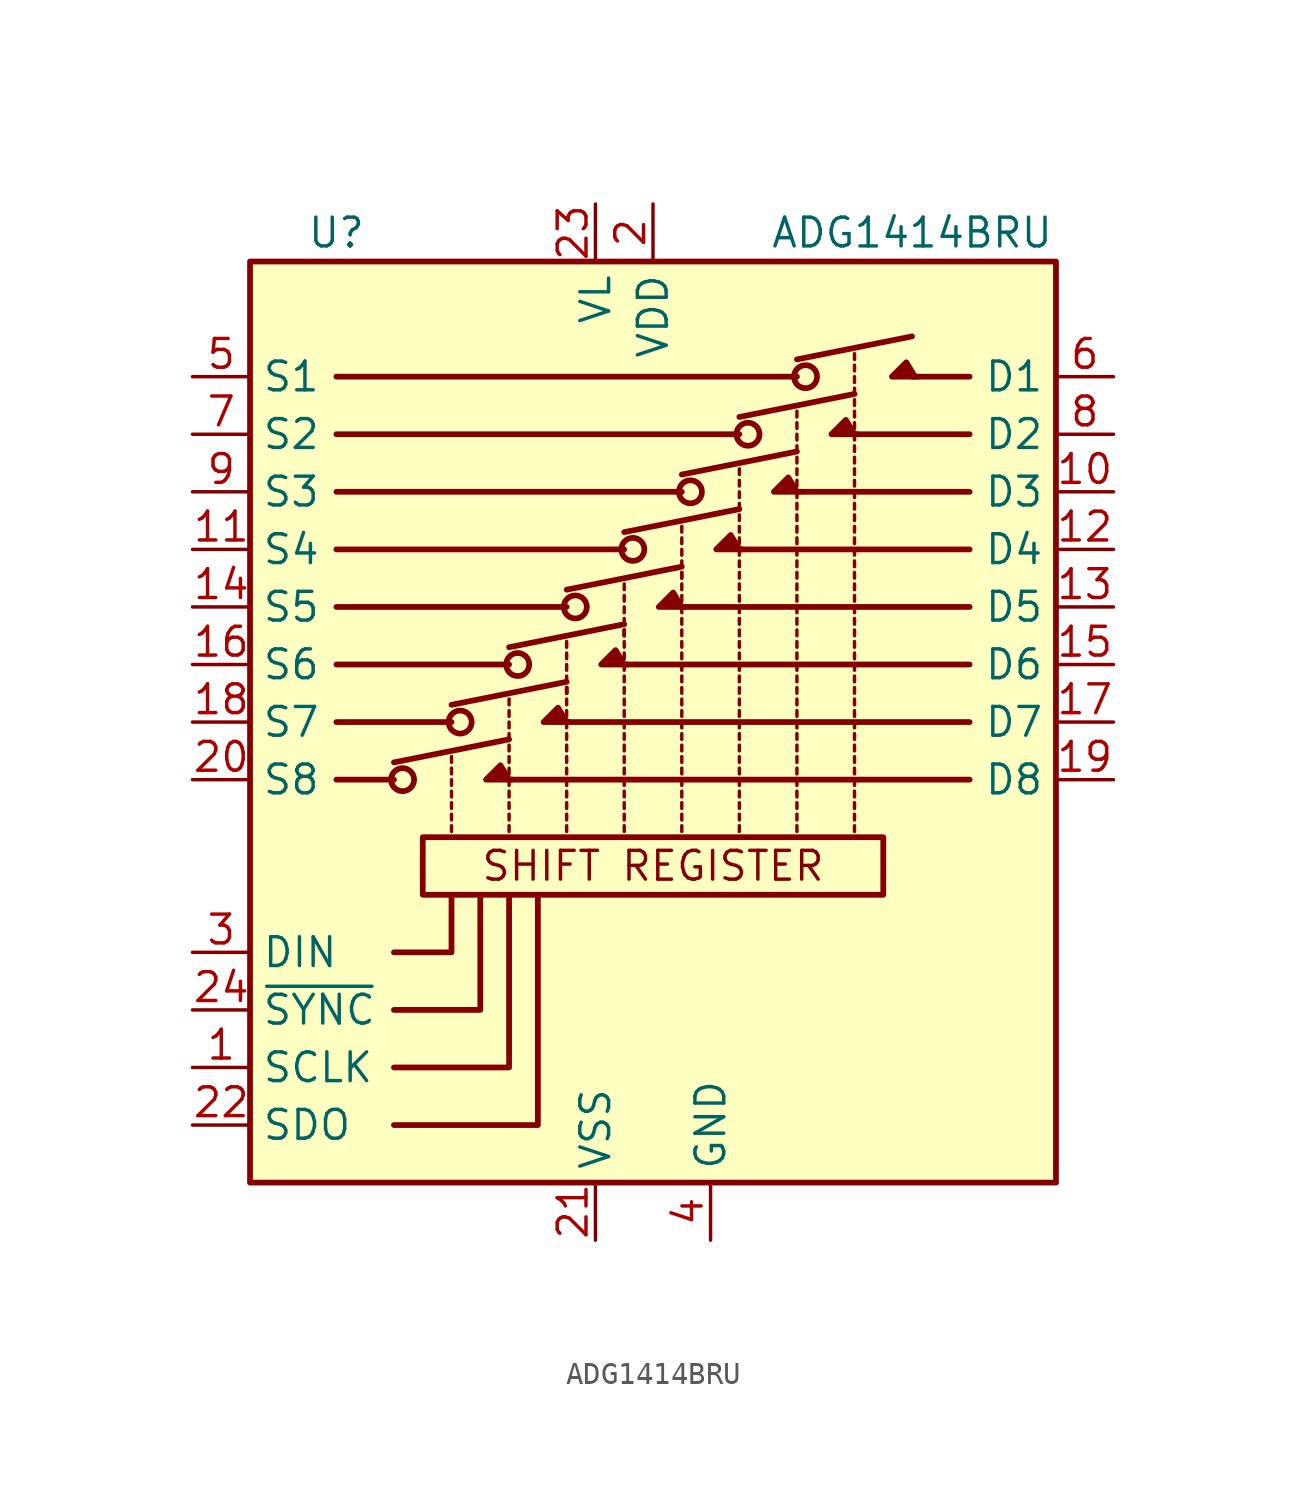
<source format=kicad_sym>
(kicad_symbol_lib
  (version 20241209)
  (generator "kicad_symbol_editor")
  (generator_version "9.0")
  (symbol "ADG1414BRU"
    (property "Reference" "U"
      (at -13.97 21.59 0)
      (effects (font (size 1.27 1.27))))
    (property "Value" "ADG1414BRU"
      (at 11.43 21.59 0)
      (effects (font (size 1.27 1.27))))
    (symbol "ADG1414BRU_1_0"
      (polyline (pts (xy -11.43 -10.16) (xy -8.89 -10.16) (xy -8.89 -7.62)) (stroke (width 0.254) (type default)) (fill (type none)))
      (polyline (pts (xy -11.43 -12.7) (xy -7.62 -12.7) (xy -7.62 -10.16) (xy -7.62 -7.62)) (stroke (width 0.254) (type default)) (fill (type none)))
      (polyline (pts (xy -11.43 -15.24) (xy -6.35 -15.24) (xy -6.35 -7.62)) (stroke (width 0.254) (type default)) (fill (type none)))
      (polyline (pts (xy -11.43 -17.78) (xy -5.08 -17.78) (xy -5.08 -7.62)) (stroke (width 0.254) (type default)) (fill (type none)))
      (polyline (pts (xy -6.223 -2.54) (xy -7.366 -2.54) (xy -6.731 -1.905) (xy -6.35 -2.54)) (stroke (width 0.254) (type default)) (fill (type outline)))
      (polyline (pts (xy -3.683 0) (xy -4.826 0) (xy -4.191 0.635) (xy -3.81 0)) (stroke (width 0.254) (type default)) (fill (type outline)))
      (polyline (pts (xy -1.143 2.54) (xy -2.286 2.54) (xy -1.651 3.175) (xy -1.27 2.54)) (stroke (width 0.254) (type default)) (fill (type outline)))
      (polyline (pts (xy 1.397 5.08) (xy 0.254 5.08) (xy 0.889 5.715) (xy 1.27 5.08)) (stroke (width 0.254) (type default)) (fill (type outline)))
      (polyline (pts (xy 3.937 7.62) (xy 2.794 7.62) (xy 3.429 8.255) (xy 3.81 7.62)) (stroke (width 0.254) (type default)) (fill (type outline)))
      (polyline (pts (xy 6.477 10.16) (xy 5.334 10.16) (xy 5.969 10.795) (xy 6.35 10.16)) (stroke (width 0.254) (type default)) (fill (type outline)))
      (polyline (pts (xy 9.017 12.7) (xy 7.874 12.7) (xy 8.509 13.335) (xy 8.89 12.7)) (stroke (width 0.254) (type default)) (fill (type outline)))
      (polyline (pts (xy 11.684 15.24) (xy 10.541 15.24) (xy 11.176 15.875) (xy 11.557 15.24)) (stroke (width 0.254) (type default)) (fill (type outline)))
      (text "SHIFT REGISTER" (at 0 -6.35 0) (effects (font (size 1.27 1.27)))))
    (symbol "ADG1414BRU_1_1"
      (rectangle (start -17.78 -20.32) (end 17.78 20.32) (stroke (width 0.254) (type default)) (fill (type background)))
      (polyline (pts (xy -11.43 -1.778) (xy -6.35 -0.762)) (stroke (width 0.254) (type default)) (fill (type none)))
      (polyline (pts (xy -11.43 -2.54) (xy -13.97 -2.54)) (stroke (width 0.254) (type default)) (fill (type none)))
      (circle (center -11.049 -2.54) (radius 0.508) (stroke (width 0.254) (type default)) (fill (type none)))
      (rectangle (start -10.16 -5.08) (end 10.16 -7.62) (stroke (width 0.254) (type default)) (fill (type none)))
      (polyline (pts (xy -8.89 0.762) (xy -3.81 1.778)) (stroke (width 0.254) (type default)) (fill (type none)))
      (polyline (pts (xy -8.89 0) (xy -13.97 0)) (stroke (width 0.254) (type default)) (fill (type none)))
      (polyline (pts (xy -8.89 -1.778) (xy -8.89 -1.524)) (stroke (width 0) (type default)) (fill (type none)))
      (polyline (pts (xy -8.89 -2.286) (xy -8.89 -2.032)) (stroke (width 0) (type default)) (fill (type none)))
      (polyline (pts (xy -8.89 -2.794) (xy -8.89 -2.54)) (stroke (width 0) (type default)) (fill (type none)))
      (polyline (pts (xy -8.89 -3.302) (xy -8.89 -3.048)) (stroke (width 0) (type default)) (fill (type none)))
      (polyline (pts (xy -8.89 -3.81) (xy -8.89 -3.556)) (stroke (width 0) (type default)) (fill (type none)))
      (polyline (pts (xy -8.89 -4.318) (xy -8.89 -4.064)) (stroke (width 0) (type default)) (fill (type none)))
      (polyline (pts (xy -8.89 -4.826) (xy -8.89 -4.572)) (stroke (width 0) (type default)) (fill (type none)))
      (circle (center -8.509 0) (radius 0.508) (stroke (width 0.254) (type default)) (fill (type none)))
      (polyline (pts (xy -6.35 3.302) (xy -1.27 4.318)) (stroke (width 0.254) (type default)) (fill (type none)))
      (polyline (pts (xy -6.35 2.54) (xy -13.97 2.54)) (stroke (width 0.254) (type default)) (fill (type none)))
      (polyline (pts (xy -6.35 0.762) (xy -6.35 1.016)) (stroke (width 0) (type default)) (fill (type none)))
      (polyline (pts (xy -6.35 0.254) (xy -6.35 0.508)) (stroke (width 0) (type default)) (fill (type none)))
      (polyline (pts (xy -6.35 -0.254) (xy -6.35 0)) (stroke (width 0) (type default)) (fill (type none)))
      (polyline (pts (xy -6.35 -0.762) (xy -6.35 -0.508)) (stroke (width 0) (type default)) (fill (type none)))
      (polyline (pts (xy -6.35 -1.27) (xy -6.35 -1.016)) (stroke (width 0) (type default)) (fill (type none)))
      (polyline (pts (xy -6.35 -1.778) (xy -6.35 -1.524)) (stroke (width 0) (type default)) (fill (type none)))
      (polyline (pts (xy -6.35 -2.286) (xy -6.35 -2.032)) (stroke (width 0) (type default)) (fill (type none)))
      (polyline (pts (xy -6.35 -2.54) (xy 13.97 -2.54)) (stroke (width 0.254) (type default)) (fill (type none)))
      (polyline (pts (xy -6.35 -2.794) (xy -6.35 -2.54)) (stroke (width 0) (type default)) (fill (type none)))
      (polyline (pts (xy -6.35 -3.302) (xy -6.35 -3.048)) (stroke (width 0) (type default)) (fill (type none)))
      (polyline (pts (xy -6.35 -3.81) (xy -6.35 -3.556)) (stroke (width 0) (type default)) (fill (type none)))
      (polyline (pts (xy -6.35 -4.318) (xy -6.35 -4.064)) (stroke (width 0) (type default)) (fill (type none)))
      (polyline (pts (xy -6.35 -4.826) (xy -6.35 -4.572)) (stroke (width 0) (type default)) (fill (type none)))
      (circle (center -5.969 2.54) (radius 0.508) (stroke (width 0.254) (type default)) (fill (type none)))
      (polyline (pts (xy -3.81 5.842) (xy 1.27 6.858)) (stroke (width 0.254) (type default)) (fill (type none)))
      (polyline (pts (xy -3.81 5.08) (xy -13.97 5.08)) (stroke (width 0.254) (type default)) (fill (type none)))
      (polyline (pts (xy -3.81 3.302) (xy -3.81 3.556)) (stroke (width 0) (type default)) (fill (type none)))
      (polyline (pts (xy -3.81 2.794) (xy -3.81 3.048)) (stroke (width 0) (type default)) (fill (type none)))
      (polyline (pts (xy -3.81 2.286) (xy -3.81 2.54)) (stroke (width 0) (type default)) (fill (type none)))
      (polyline (pts (xy -3.81 1.778) (xy -3.81 2.032)) (stroke (width 0) (type default)) (fill (type none)))
      (polyline (pts (xy -3.81 1.27) (xy -3.81 1.524)) (stroke (width 0) (type default)) (fill (type none)))
      (polyline (pts (xy -3.81 1.27) (xy -3.81 1.524)) (stroke (width 0) (type default)) (fill (type none)))
      (polyline (pts (xy -3.81 1.27) (xy -3.81 1.524)) (stroke (width 0) (type default)) (fill (type none)))
      (polyline (pts (xy -3.81 1.27) (xy -3.81 1.524)) (stroke (width 0) (type default)) (fill (type none)))
      (polyline (pts (xy -3.81 0.762) (xy -3.81 1.016)) (stroke (width 0) (type default)) (fill (type none)))
      (polyline (pts (xy -3.81 0.254) (xy -3.81 0.508)) (stroke (width 0) (type default)) (fill (type none)))
      (polyline (pts (xy -3.81 0) (xy 13.97 0)) (stroke (width 0.254) (type default)) (fill (type none)))
      (polyline (pts (xy -3.81 -0.254) (xy -3.81 0)) (stroke (width 0) (type default)) (fill (type none)))
      (polyline (pts (xy -3.81 -0.762) (xy -3.81 -0.508)) (stroke (width 0) (type default)) (fill (type none)))
      (polyline (pts (xy -3.81 -1.27) (xy -3.81 -1.016)) (stroke (width 0) (type default)) (fill (type none)))
      (polyline (pts (xy -3.81 -1.778) (xy -3.81 -1.524)) (stroke (width 0) (type default)) (fill (type none)))
      (polyline (pts (xy -3.81 -2.286) (xy -3.81 -2.032)) (stroke (width 0) (type default)) (fill (type none)))
      (polyline (pts (xy -3.81 -2.794) (xy -3.81 -2.54)) (stroke (width 0) (type default)) (fill (type none)))
      (polyline (pts (xy -3.81 -3.302) (xy -3.81 -3.048)) (stroke (width 0) (type default)) (fill (type none)))
      (polyline (pts (xy -3.81 -3.81) (xy -3.81 -3.556)) (stroke (width 0) (type default)) (fill (type none)))
      (polyline (pts (xy -3.81 -4.318) (xy -3.81 -4.064)) (stroke (width 0) (type default)) (fill (type none)))
      (polyline (pts (xy -3.81 -4.826) (xy -3.81 -4.572)) (stroke (width 0) (type default)) (fill (type none)))
      (circle (center -3.429 5.08) (radius 0.508) (stroke (width 0.254) (type default)) (fill (type none)))
      (polyline (pts (xy -1.27 8.382) (xy 3.81 9.398)) (stroke (width 0.254) (type default)) (fill (type none)))
      (polyline (pts (xy -1.27 7.62) (xy -13.97 7.62)) (stroke (width 0.254) (type default)) (fill (type none)))
      (polyline (pts (xy -1.27 5.842) (xy -1.27 6.096)) (stroke (width 0) (type default)) (fill (type none)))
      (polyline (pts (xy -1.27 5.334) (xy -1.27 5.588)) (stroke (width 0) (type default)) (fill (type none)))
      (polyline (pts (xy -1.27 4.826) (xy -1.27 5.08)) (stroke (width 0) (type default)) (fill (type none)))
      (polyline (pts (xy -1.27 4.318) (xy -1.27 4.572)) (stroke (width 0) (type default)) (fill (type none)))
      (polyline (pts (xy -1.27 3.81) (xy -1.27 4.064)) (stroke (width 0) (type default)) (fill (type none)))
      (polyline (pts (xy -1.27 3.81) (xy -1.27 4.064)) (stroke (width 0) (type default)) (fill (type none)))
      (polyline (pts (xy -1.27 3.81) (xy -1.27 4.064)) (stroke (width 0) (type default)) (fill (type none)))
      (polyline (pts (xy -1.27 3.302) (xy -1.27 3.556)) (stroke (width 0) (type default)) (fill (type none)))
      (polyline (pts (xy -1.27 2.794) (xy -1.27 3.048)) (stroke (width 0) (type default)) (fill (type none)))
      (polyline (pts (xy -1.27 2.54) (xy 13.97 2.54)) (stroke (width 0.254) (type default)) (fill (type none)))
      (polyline (pts (xy -1.27 2.286) (xy -1.27 2.54)) (stroke (width 0) (type default)) (fill (type none)))
      (polyline (pts (xy -1.27 1.778) (xy -1.27 2.032)) (stroke (width 0) (type default)) (fill (type none)))
      (polyline (pts (xy -1.27 1.27) (xy -1.27 1.524)) (stroke (width 0) (type default)) (fill (type none)))
      (polyline (pts (xy -1.27 0.762) (xy -1.27 1.016)) (stroke (width 0) (type default)) (fill (type none)))
      (polyline (pts (xy -1.27 0.254) (xy -1.27 0.508)) (stroke (width 0) (type default)) (fill (type none)))
      (polyline (pts (xy -1.27 -0.254) (xy -1.27 0)) (stroke (width 0) (type default)) (fill (type none)))
      (polyline (pts (xy -1.27 -0.762) (xy -1.27 -0.508)) (stroke (width 0) (type default)) (fill (type none)))
      (polyline (pts (xy -1.27 -1.27) (xy -1.27 -1.016)) (stroke (width 0) (type default)) (fill (type none)))
      (polyline (pts (xy -1.27 -1.778) (xy -1.27 -1.524)) (stroke (width 0) (type default)) (fill (type none)))
      (polyline (pts (xy -1.27 -2.286) (xy -1.27 -2.032)) (stroke (width 0) (type default)) (fill (type none)))
      (polyline (pts (xy -1.27 -2.794) (xy -1.27 -2.54)) (stroke (width 0) (type default)) (fill (type none)))
      (polyline (pts (xy -1.27 -3.302) (xy -1.27 -3.048)) (stroke (width 0) (type default)) (fill (type none)))
      (polyline (pts (xy -1.27 -3.81) (xy -1.27 -3.556)) (stroke (width 0) (type default)) (fill (type none)))
      (polyline (pts (xy -1.27 -4.318) (xy -1.27 -4.064)) (stroke (width 0) (type default)) (fill (type none)))
      (polyline (pts (xy -1.27 -4.826) (xy -1.27 -4.572)) (stroke (width 0) (type default)) (fill (type none)))
      (circle (center -0.889 7.62) (radius 0.508) (stroke (width 0.254) (type default)) (fill (type none)))
      (polyline (pts (xy 1.27 10.922) (xy 6.35 11.938)) (stroke (width 0.254) (type default)) (fill (type none)))
      (polyline (pts (xy 1.27 10.16) (xy -13.97 10.16)) (stroke (width 0.254) (type default)) (fill (type none)))
      (polyline (pts (xy 1.27 8.382) (xy 1.27 8.636)) (stroke (width 0) (type default)) (fill (type none)))
      (polyline (pts (xy 1.27 7.874) (xy 1.27 8.128)) (stroke (width 0) (type default)) (fill (type none)))
      (polyline (pts (xy 1.27 7.366) (xy 1.27 7.62)) (stroke (width 0) (type default)) (fill (type none)))
      (polyline (pts (xy 1.27 6.858) (xy 1.27 7.112)) (stroke (width 0) (type default)) (fill (type none)))
      (polyline (pts (xy 1.27 6.35) (xy 1.27 6.604)) (stroke (width 0) (type default)) (fill (type none)))
      (polyline (pts (xy 1.27 6.35) (xy 1.27 6.604)) (stroke (width 0) (type default)) (fill (type none)))
      (polyline (pts (xy 1.27 5.842) (xy 1.27 6.096)) (stroke (width 0) (type default)) (fill (type none)))
      (polyline (pts (xy 1.27 5.334) (xy 1.27 5.588)) (stroke (width 0) (type default)) (fill (type none)))
      (polyline (pts (xy 1.27 5.08) (xy 13.97 5.08)) (stroke (width 0.254) (type default)) (fill (type none)))
      (polyline (pts (xy 1.27 4.826) (xy 1.27 5.08)) (stroke (width 0) (type default)) (fill (type none)))
      (polyline (pts (xy 1.27 4.318) (xy 1.27 4.572)) (stroke (width 0) (type default)) (fill (type none)))
      (polyline (pts (xy 1.27 3.81) (xy 1.27 4.064)) (stroke (width 0) (type default)) (fill (type none)))
      (polyline (pts (xy 1.27 3.302) (xy 1.27 3.556)) (stroke (width 0) (type default)) (fill (type none)))
      (polyline (pts (xy 1.27 2.794) (xy 1.27 3.048)) (stroke (width 0) (type default)) (fill (type none)))
      (polyline (pts (xy 1.27 2.286) (xy 1.27 2.54)) (stroke (width 0) (type default)) (fill (type none)))
      (polyline (pts (xy 1.27 1.778) (xy 1.27 2.032)) (stroke (width 0) (type default)) (fill (type none)))
      (polyline (pts (xy 1.27 1.27) (xy 1.27 1.524)) (stroke (width 0) (type default)) (fill (type none)))
      (polyline (pts (xy 1.27 0.762) (xy 1.27 1.016)) (stroke (width 0) (type default)) (fill (type none)))
      (polyline (pts (xy 1.27 0.254) (xy 1.27 0.508)) (stroke (width 0) (type default)) (fill (type none)))
      (polyline (pts (xy 1.27 -0.254) (xy 1.27 0)) (stroke (width 0) (type default)) (fill (type none)))
      (polyline (pts (xy 1.27 -0.762) (xy 1.27 -0.508)) (stroke (width 0) (type default)) (fill (type none)))
      (polyline (pts (xy 1.27 -1.27) (xy 1.27 -1.016)) (stroke (width 0) (type default)) (fill (type none)))
      (polyline (pts (xy 1.27 -1.778) (xy 1.27 -1.524)) (stroke (width 0) (type default)) (fill (type none)))
      (polyline (pts (xy 1.27 -2.286) (xy 1.27 -2.032)) (stroke (width 0) (type default)) (fill (type none)))
      (polyline (pts (xy 1.27 -2.794) (xy 1.27 -2.54)) (stroke (width 0) (type default)) (fill (type none)))
      (polyline (pts (xy 1.27 -3.302) (xy 1.27 -3.048)) (stroke (width 0) (type default)) (fill (type none)))
      (polyline (pts (xy 1.27 -3.81) (xy 1.27 -3.556)) (stroke (width 0) (type default)) (fill (type none)))
      (polyline (pts (xy 1.27 -4.318) (xy 1.27 -4.064)) (stroke (width 0) (type default)) (fill (type none)))
      (polyline (pts (xy 1.27 -4.826) (xy 1.27 -4.572)) (stroke (width 0) (type default)) (fill (type none)))
      (circle (center 1.651 10.16) (radius 0.508) (stroke (width 0.254) (type default)) (fill (type none)))
      (polyline (pts (xy 3.81 13.462) (xy 8.89 14.478)) (stroke (width 0.254) (type default)) (fill (type none)))
      (polyline (pts (xy 3.81 12.7) (xy -13.97 12.7)) (stroke (width 0.254) (type default)) (fill (type none)))
      (polyline (pts (xy 3.81 10.922) (xy 3.81 11.176)) (stroke (width 0) (type default)) (fill (type none)))
      (polyline (pts (xy 3.81 10.414) (xy 3.81 10.668)) (stroke (width 0) (type default)) (fill (type none)))
      (polyline (pts (xy 3.81 9.906) (xy 3.81 10.16)) (stroke (width 0) (type default)) (fill (type none)))
      (polyline (pts (xy 3.81 9.398) (xy 3.81 9.652)) (stroke (width 0) (type default)) (fill (type none)))
      (polyline (pts (xy 3.81 8.89) (xy 3.81 9.144)) (stroke (width 0) (type default)) (fill (type none)))
      (polyline (pts (xy 3.81 8.382) (xy 3.81 8.636)) (stroke (width 0) (type default)) (fill (type none)))
      (polyline (pts (xy 3.81 7.874) (xy 3.81 8.128)) (stroke (width 0) (type default)) (fill (type none)))
      (polyline (pts (xy 3.81 7.62) (xy 13.97 7.62)) (stroke (width 0.254) (type default)) (fill (type none)))
      (polyline (pts (xy 3.81 7.366) (xy 3.81 7.62)) (stroke (width 0) (type default)) (fill (type none)))
      (polyline (pts (xy 3.81 6.858) (xy 3.81 7.112)) (stroke (width 0) (type default)) (fill (type none)))
      (polyline (pts (xy 3.81 6.35) (xy 3.81 6.604)) (stroke (width 0) (type default)) (fill (type none)))
      (polyline (pts (xy 3.81 5.842) (xy 3.81 6.096)) (stroke (width 0) (type default)) (fill (type none)))
      (polyline (pts (xy 3.81 5.334) (xy 3.81 5.588)) (stroke (width 0) (type default)) (fill (type none)))
      (polyline (pts (xy 3.81 4.826) (xy 3.81 5.08)) (stroke (width 0) (type default)) (fill (type none)))
      (polyline (pts (xy 3.81 4.318) (xy 3.81 4.572)) (stroke (width 0) (type default)) (fill (type none)))
      (polyline (pts (xy 3.81 3.81) (xy 3.81 4.064)) (stroke (width 0) (type default)) (fill (type none)))
      (polyline (pts (xy 3.81 3.302) (xy 3.81 3.556)) (stroke (width 0) (type default)) (fill (type none)))
      (polyline (pts (xy 3.81 2.794) (xy 3.81 3.048)) (stroke (width 0) (type default)) (fill (type none)))
      (polyline (pts (xy 3.81 2.286) (xy 3.81 2.54)) (stroke (width 0) (type default)) (fill (type none)))
      (polyline (pts (xy 3.81 1.778) (xy 3.81 2.032)) (stroke (width 0) (type default)) (fill (type none)))
      (polyline (pts (xy 3.81 1.27) (xy 3.81 1.524)) (stroke (width 0) (type default)) (fill (type none)))
      (polyline (pts (xy 3.81 0.762) (xy 3.81 1.016)) (stroke (width 0) (type default)) (fill (type none)))
      (polyline (pts (xy 3.81 0.254) (xy 3.81 0.508)) (stroke (width 0) (type default)) (fill (type none)))
      (polyline (pts (xy 3.81 -0.254) (xy 3.81 0)) (stroke (width 0) (type default)) (fill (type none)))
      (polyline (pts (xy 3.81 -0.762) (xy 3.81 -0.508)) (stroke (width 0) (type default)) (fill (type none)))
      (polyline (pts (xy 3.81 -1.27) (xy 3.81 -1.016)) (stroke (width 0) (type default)) (fill (type none)))
      (polyline (pts (xy 3.81 -1.778) (xy 3.81 -1.524)) (stroke (width 0) (type default)) (fill (type none)))
      (polyline (pts (xy 3.81 -2.286) (xy 3.81 -2.032)) (stroke (width 0) (type default)) (fill (type none)))
      (polyline (pts (xy 3.81 -2.794) (xy 3.81 -2.54)) (stroke (width 0) (type default)) (fill (type none)))
      (polyline (pts (xy 3.81 -3.302) (xy 3.81 -3.048)) (stroke (width 0) (type default)) (fill (type none)))
      (polyline (pts (xy 3.81 -3.81) (xy 3.81 -3.556)) (stroke (width 0) (type default)) (fill (type none)))
      (polyline (pts (xy 3.81 -4.318) (xy 3.81 -4.064)) (stroke (width 0) (type default)) (fill (type none)))
      (polyline (pts (xy 3.81 -4.826) (xy 3.81 -4.572)) (stroke (width 0) (type default)) (fill (type none)))
      (circle (center 4.191 12.7) (radius 0.508) (stroke (width 0.254) (type default)) (fill (type none)))
      (polyline (pts (xy 6.35 16.002) (xy 11.43 17.018)) (stroke (width 0.254) (type default)) (fill (type none)))
      (polyline (pts (xy 6.35 15.24) (xy -13.97 15.24)) (stroke (width 0.254) (type default)) (fill (type none)))
      (polyline (pts (xy 6.35 13.462) (xy 6.35 13.716)) (stroke (width 0) (type default)) (fill (type none)))
      (polyline (pts (xy 6.35 12.954) (xy 6.35 13.208)) (stroke (width 0) (type default)) (fill (type none)))
      (polyline (pts (xy 6.35 12.446) (xy 6.35 12.7)) (stroke (width 0) (type default)) (fill (type none)))
      (polyline (pts (xy 6.35 11.938) (xy 6.35 12.192)) (stroke (width 0) (type default)) (fill (type none)))
      (polyline (pts (xy 6.35 11.43) (xy 6.35 11.684)) (stroke (width 0) (type default)) (fill (type none)))
      (polyline (pts (xy 6.35 10.922) (xy 6.35 11.176)) (stroke (width 0) (type default)) (fill (type none)))
      (polyline (pts (xy 6.35 10.414) (xy 6.35 10.668)) (stroke (width 0) (type default)) (fill (type none)))
      (polyline (pts (xy 6.35 10.16) (xy 13.97 10.16)) (stroke (width 0.254) (type default)) (fill (type none)))
      (polyline (pts (xy 6.35 9.906) (xy 6.35 10.16)) (stroke (width 0) (type default)) (fill (type none)))
      (polyline (pts (xy 6.35 9.398) (xy 6.35 9.652)) (stroke (width 0) (type default)) (fill (type none)))
      (polyline (pts (xy 6.35 8.89) (xy 6.35 9.144)) (stroke (width 0) (type default)) (fill (type none)))
      (polyline (pts (xy 6.35 8.382) (xy 6.35 8.636)) (stroke (width 0) (type default)) (fill (type none)))
      (polyline (pts (xy 6.35 7.874) (xy 6.35 8.128)) (stroke (width 0) (type default)) (fill (type none)))
      (polyline (pts (xy 6.35 7.366) (xy 6.35 7.62)) (stroke (width 0) (type default)) (fill (type none)))
      (polyline (pts (xy 6.35 6.858) (xy 6.35 7.112)) (stroke (width 0) (type default)) (fill (type none)))
      (polyline (pts (xy 6.35 6.35) (xy 6.35 6.604)) (stroke (width 0) (type default)) (fill (type none)))
      (polyline (pts (xy 6.35 5.842) (xy 6.35 6.096)) (stroke (width 0) (type default)) (fill (type none)))
      (polyline (pts (xy 6.35 5.334) (xy 6.35 5.588)) (stroke (width 0) (type default)) (fill (type none)))
      (polyline (pts (xy 6.35 4.826) (xy 6.35 5.08)) (stroke (width 0) (type default)) (fill (type none)))
      (polyline (pts (xy 6.35 4.318) (xy 6.35 4.572)) (stroke (width 0) (type default)) (fill (type none)))
      (polyline (pts (xy 6.35 3.81) (xy 6.35 4.064)) (stroke (width 0) (type default)) (fill (type none)))
      (polyline (pts (xy 6.35 3.302) (xy 6.35 3.556)) (stroke (width 0) (type default)) (fill (type none)))
      (polyline (pts (xy 6.35 2.794) (xy 6.35 3.048)) (stroke (width 0) (type default)) (fill (type none)))
      (polyline (pts (xy 6.35 2.286) (xy 6.35 2.54)) (stroke (width 0) (type default)) (fill (type none)))
      (polyline (pts (xy 6.35 1.778) (xy 6.35 2.032)) (stroke (width 0) (type default)) (fill (type none)))
      (polyline (pts (xy 6.35 1.27) (xy 6.35 1.524)) (stroke (width 0) (type default)) (fill (type none)))
      (polyline (pts (xy 6.35 0.762) (xy 6.35 1.016)) (stroke (width 0) (type default)) (fill (type none)))
      (polyline (pts (xy 6.35 0.254) (xy 6.35 0.508)) (stroke (width 0) (type default)) (fill (type none)))
      (polyline (pts (xy 6.35 -0.254) (xy 6.35 0)) (stroke (width 0) (type default)) (fill (type none)))
      (polyline (pts (xy 6.35 -0.762) (xy 6.35 -0.508)) (stroke (width 0) (type default)) (fill (type none)))
      (polyline (pts (xy 6.35 -1.27) (xy 6.35 -1.016)) (stroke (width 0) (type default)) (fill (type none)))
      (polyline (pts (xy 6.35 -1.778) (xy 6.35 -1.524)) (stroke (width 0) (type default)) (fill (type none)))
      (polyline (pts (xy 6.35 -2.286) (xy 6.35 -2.032)) (stroke (width 0) (type default)) (fill (type none)))
      (polyline (pts (xy 6.35 -2.794) (xy 6.35 -2.54)) (stroke (width 0) (type default)) (fill (type none)))
      (polyline (pts (xy 6.35 -3.302) (xy 6.35 -3.048)) (stroke (width 0) (type default)) (fill (type none)))
      (polyline (pts (xy 6.35 -3.81) (xy 6.35 -3.556)) (stroke (width 0) (type default)) (fill (type none)))
      (polyline (pts (xy 6.35 -4.318) (xy 6.35 -4.064)) (stroke (width 0) (type default)) (fill (type none)))
      (polyline (pts (xy 6.35 -4.826) (xy 6.35 -4.572)) (stroke (width 0) (type default)) (fill (type none)))
      (circle (center 6.731 15.24) (radius 0.508) (stroke (width 0.254) (type default)) (fill (type none)))
      (polyline (pts (xy 8.89 16.002) (xy 8.89 16.256)) (stroke (width 0) (type default)) (fill (type none)))
      (polyline (pts (xy 8.89 15.494) (xy 8.89 15.748)) (stroke (width 0) (type default)) (fill (type none)))
      (polyline (pts (xy 8.89 14.986) (xy 8.89 15.24)) (stroke (width 0) (type default)) (fill (type none)))
      (polyline (pts (xy 8.89 14.478) (xy 8.89 14.732)) (stroke (width 0) (type default)) (fill (type none)))
      (polyline (pts (xy 8.89 13.97) (xy 8.89 14.224)) (stroke (width 0) (type default)) (fill (type none)))
      (polyline (pts (xy 8.89 13.462) (xy 8.89 13.716)) (stroke (width 0) (type default)) (fill (type none)))
      (polyline (pts (xy 8.89 12.954) (xy 8.89 13.208)) (stroke (width 0) (type default)) (fill (type none)))
      (polyline (pts (xy 8.89 12.7) (xy 13.97 12.7)) (stroke (width 0.254) (type default)) (fill (type none)))
      (polyline (pts (xy 8.89 12.446) (xy 8.89 12.7)) (stroke (width 0) (type default)) (fill (type none)))
      (polyline (pts (xy 8.89 11.938) (xy 8.89 12.192)) (stroke (width 0) (type default)) (fill (type none)))
      (polyline (pts (xy 8.89 11.43) (xy 8.89 11.684)) (stroke (width 0) (type default)) (fill (type none)))
      (polyline (pts (xy 8.89 10.922) (xy 8.89 11.176)) (stroke (width 0) (type default)) (fill (type none)))
      (polyline (pts (xy 8.89 10.414) (xy 8.89 10.668)) (stroke (width 0) (type default)) (fill (type none)))
      (polyline (pts (xy 8.89 9.906) (xy 8.89 10.16)) (stroke (width 0) (type default)) (fill (type none)))
      (polyline (pts (xy 8.89 9.398) (xy 8.89 9.652)) (stroke (width 0) (type default)) (fill (type none)))
      (polyline (pts (xy 8.89 8.89) (xy 8.89 9.144)) (stroke (width 0) (type default)) (fill (type none)))
      (polyline (pts (xy 8.89 8.382) (xy 8.89 8.636)) (stroke (width 0) (type default)) (fill (type none)))
      (polyline (pts (xy 8.89 7.874) (xy 8.89 8.128)) (stroke (width 0) (type default)) (fill (type none)))
      (polyline (pts (xy 8.89 7.366) (xy 8.89 7.62)) (stroke (width 0) (type default)) (fill (type none)))
      (polyline (pts (xy 8.89 6.858) (xy 8.89 7.112)) (stroke (width 0) (type default)) (fill (type none)))
      (polyline (pts (xy 8.89 6.35) (xy 8.89 6.604)) (stroke (width 0) (type default)) (fill (type none)))
      (polyline (pts (xy 8.89 5.842) (xy 8.89 6.096)) (stroke (width 0) (type default)) (fill (type none)))
      (polyline (pts (xy 8.89 5.334) (xy 8.89 5.588)) (stroke (width 0) (type default)) (fill (type none)))
      (polyline (pts (xy 8.89 4.826) (xy 8.89 5.08)) (stroke (width 0) (type default)) (fill (type none)))
      (polyline (pts (xy 8.89 4.318) (xy 8.89 4.572)) (stroke (width 0) (type default)) (fill (type none)))
      (polyline (pts (xy 8.89 3.81) (xy 8.89 4.064)) (stroke (width 0) (type default)) (fill (type none)))
      (polyline (pts (xy 8.89 3.302) (xy 8.89 3.556)) (stroke (width 0) (type default)) (fill (type none)))
      (polyline (pts (xy 8.89 2.794) (xy 8.89 3.048)) (stroke (width 0) (type default)) (fill (type none)))
      (polyline (pts (xy 8.89 2.286) (xy 8.89 2.54)) (stroke (width 0) (type default)) (fill (type none)))
      (polyline (pts (xy 8.89 1.778) (xy 8.89 2.032)) (stroke (width 0) (type default)) (fill (type none)))
      (polyline (pts (xy 8.89 1.27) (xy 8.89 1.524)) (stroke (width 0) (type default)) (fill (type none)))
      (polyline (pts (xy 8.89 0.762) (xy 8.89 1.016)) (stroke (width 0) (type default)) (fill (type none)))
      (polyline (pts (xy 8.89 0.254) (xy 8.89 0.508)) (stroke (width 0) (type default)) (fill (type none)))
      (polyline (pts (xy 8.89 -0.254) (xy 8.89 0)) (stroke (width 0) (type default)) (fill (type none)))
      (polyline (pts (xy 8.89 -0.762) (xy 8.89 -0.508)) (stroke (width 0) (type default)) (fill (type none)))
      (polyline (pts (xy 8.89 -1.27) (xy 8.89 -1.016)) (stroke (width 0) (type default)) (fill (type none)))
      (polyline (pts (xy 8.89 -1.778) (xy 8.89 -1.524)) (stroke (width 0) (type default)) (fill (type none)))
      (polyline (pts (xy 8.89 -2.286) (xy 8.89 -2.032)) (stroke (width 0) (type default)) (fill (type none)))
      (polyline (pts (xy 8.89 -2.794) (xy 8.89 -2.54)) (stroke (width 0) (type default)) (fill (type none)))
      (polyline (pts (xy 8.89 -3.302) (xy 8.89 -3.048)) (stroke (width 0) (type default)) (fill (type none)))
      (polyline (pts (xy 8.89 -3.81) (xy 8.89 -3.556)) (stroke (width 0) (type default)) (fill (type none)))
      (polyline (pts (xy 8.89 -4.318) (xy 8.89 -4.064)) (stroke (width 0) (type default)) (fill (type none)))
      (polyline (pts (xy 8.89 -4.826) (xy 8.89 -4.572)) (stroke (width 0) (type default)) (fill (type none)))
      (polyline (pts (xy 11.43 15.24) (xy 13.97 15.24)) (stroke (width 0.254) (type default)) (fill (type none)))
      (pin passive line (at -20.32 15.24 0) (length 2.54) (name "S1" (effects (font (size 1.27 1.27)))) (number "5" (effects (font (size 1.27 1.27)))))
      (pin passive line (at -20.32 12.7 0) (length 2.54) (name "S2" (effects (font (size 1.27 1.27)))) (number "7" (effects (font (size 1.27 1.27)))))
      (pin passive line (at -20.32 10.16 0) (length 2.54) (name "S3" (effects (font (size 1.27 1.27)))) (number "9" (effects (font (size 1.27 1.27)))))
      (pin passive line (at -20.32 7.62 0) (length 2.54) (name "S4" (effects (font (size 1.27 1.27)))) (number "11" (effects (font (size 1.27 1.27)))))
      (pin passive line (at -20.32 5.08 0) (length 2.54) (name "S5" (effects (font (size 1.27 1.27)))) (number "14" (effects (font (size 1.27 1.27)))))
      (pin passive line (at -20.32 2.54 0) (length 2.54) (name "S6" (effects (font (size 1.27 1.27)))) (number "16" (effects (font (size 1.27 1.27)))))
      (pin passive line (at -20.32 0 0) (length 2.54) (name "S7" (effects (font (size 1.27 1.27)))) (number "18" (effects (font (size 1.27 1.27)))))
      (pin passive line (at -20.32 -2.54 0) (length 2.54) (name "S8" (effects (font (size 1.27 1.27)))) (number "20" (effects (font (size 1.27 1.27)))))
      (pin input line (at -20.32 -10.16 0) (length 2.54) (name "DIN" (effects (font (size 1.27 1.27)))) (number "3" (effects (font (size 1.27 1.27)))))
      (pin input line (at -20.32 -12.7 0) (length 2.54) (name "~{SYNC}" (effects (font (size 1.27 1.27)))) (number "24" (effects (font (size 1.27 1.27)))))
      (pin input line (at -20.32 -15.24 0) (length 2.54) (name "SCLK" (effects (font (size 1.27 1.27)))) (number "1" (effects (font (size 1.27 1.27)))))
      (pin open_collector line (at -20.32 -17.78 0) (length 2.54) (name "SDO" (effects (font (size 1.27 1.27)))) (number "22" (effects (font (size 1.27 1.27)))))
      (pin power_in line (at -2.54 22.86 270) (length 2.54) (name "VL" (effects (font (size 1.27 1.27)))) (number "23" (effects (font (size 1.27 1.27)))))
      (pin power_in line (at -2.54 -22.86 90) (length 2.54) (name "VSS" (effects (font (size 1.27 1.27)))) (number "21" (effects (font (size 1.27 1.27)))))
      (pin power_in line (at 0 22.86 270) (length 2.54) (name "VDD" (effects (font (size 1.27 1.27)))) (number "2" (effects (font (size 1.27 1.27)))))
      (pin power_in line (at 2.54 -22.86 90) (length 2.54) (name "GND" (effects (font (size 1.27 1.27)))) (number "4" (effects (font (size 1.27 1.27)))))
      (pin passive line (at 20.32 15.24 180) (length 2.54) (name "D1" (effects (font (size 1.27 1.27)))) (number "6" (effects (font (size 1.27 1.27)))))
      (pin passive line (at 20.32 12.7 180) (length 2.54) (name "D2" (effects (font (size 1.27 1.27)))) (number "8" (effects (font (size 1.27 1.27)))))
      (pin passive line (at 20.32 10.16 180) (length 2.54) (name "D3" (effects (font (size 1.27 1.27)))) (number "10" (effects (font (size 1.27 1.27)))))
      (pin passive line (at 20.32 7.62 180) (length 2.54) (name "D4" (effects (font (size 1.27 1.27)))) (number "12" (effects (font (size 1.27 1.27)))))
      (pin passive line (at 20.32 5.08 180) (length 2.54) (name "D5" (effects (font (size 1.27 1.27)))) (number "13" (effects (font (size 1.27 1.27)))))
      (pin passive line (at 20.32 2.54 180) (length 2.54) (name "D6" (effects (font (size 1.27 1.27)))) (number "15" (effects (font (size 1.27 1.27)))))
      (pin passive line (at 20.32 0 180) (length 2.54) (name "D7" (effects (font (size 1.27 1.27)))) (number "17" (effects (font (size 1.27 1.27)))))
      (pin passive line (at 20.32 -2.54 180) (length 2.54) (name "D8" (effects (font (size 1.27 1.27)))) (number "19" (effects (font (size 1.27 1.27))))))))
</source>
